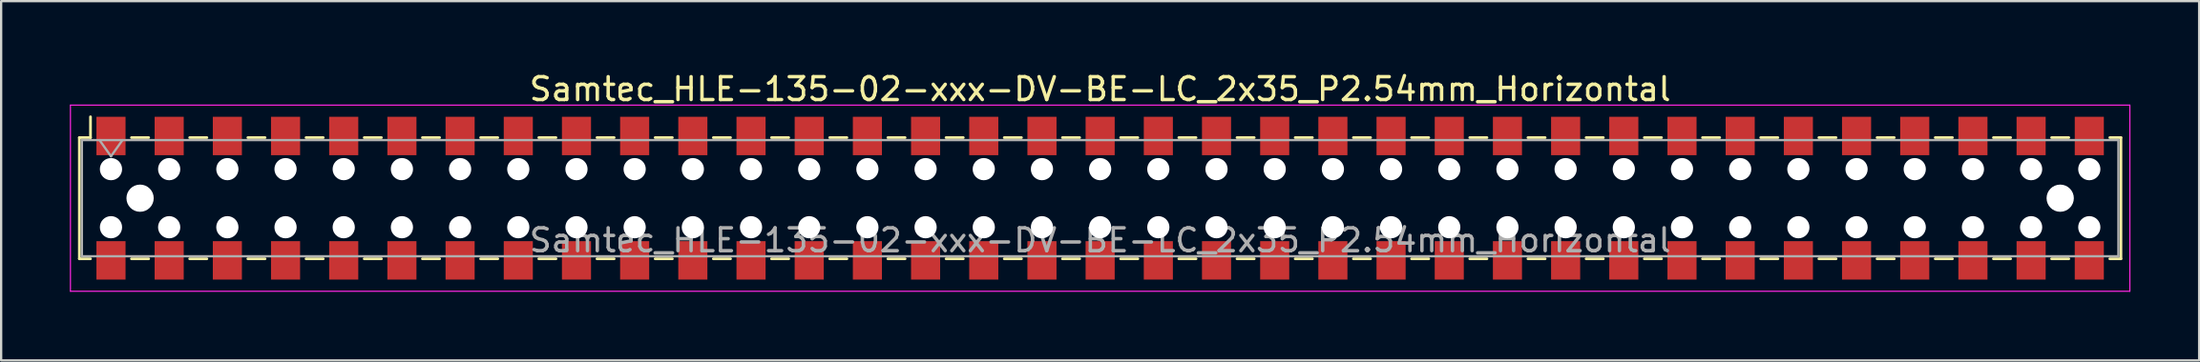
<source format=kicad_pcb>
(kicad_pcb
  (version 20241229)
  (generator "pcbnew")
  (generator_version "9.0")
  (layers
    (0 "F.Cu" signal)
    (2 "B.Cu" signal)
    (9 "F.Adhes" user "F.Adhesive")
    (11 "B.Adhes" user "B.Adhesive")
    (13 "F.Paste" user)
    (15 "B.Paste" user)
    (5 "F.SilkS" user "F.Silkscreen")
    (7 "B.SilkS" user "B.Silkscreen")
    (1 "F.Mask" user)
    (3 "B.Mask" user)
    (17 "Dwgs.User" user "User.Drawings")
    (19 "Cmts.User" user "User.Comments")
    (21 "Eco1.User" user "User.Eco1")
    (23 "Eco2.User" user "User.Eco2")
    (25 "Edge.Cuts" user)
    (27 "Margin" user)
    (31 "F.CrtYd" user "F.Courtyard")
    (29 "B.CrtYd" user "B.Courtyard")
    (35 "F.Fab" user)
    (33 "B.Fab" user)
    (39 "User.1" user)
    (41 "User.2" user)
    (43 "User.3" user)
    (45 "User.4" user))
  (footprint "Samtec_HLE-135-02-xxx-DV-BE-LC_2x35_P2.54mm_Horizontal"
    (layer "F.Cu")
    (at 44.975 5.618)
    (property "Reference" "Samtec_HLE-135-02-xxx-DV-BE-LC_2x35_P2.54mm_Horizontal" (at 0 -4.77 0) (layer "F.SilkS") (effects (font (size 1 1) (thickness 0.15))))
    (attr smd)
    (fp_line (start -44.56 -2.65) (end -44.56 2.65) (stroke (width 0.12) (type solid)) (layer "F.SilkS"))
    (fp_line (start -44.56 2.65) (end -44.075 2.65) (stroke (width 0.12) (type solid)) (layer "F.SilkS"))
    (fp_line (start -44.075 -3.56) (end -44.075 -2.65) (stroke (width 0.12) (type solid)) (layer "F.SilkS"))
    (fp_line (start -44.075 -2.65) (end -44.56 -2.65) (stroke (width 0.12) (type solid)) (layer "F.SilkS"))
    (fp_line (start -42.285 -2.65) (end -41.535 -2.65) (stroke (width 0.12) (type solid)) (layer "F.SilkS"))
    (fp_line (start -42.285 2.65) (end -41.535 2.65) (stroke (width 0.12) (type solid)) (layer "F.SilkS"))
    (fp_line (start -39.745 -2.65) (end -38.995 -2.65) (stroke (width 0.12) (type solid)) (layer "F.SilkS"))
    (fp_line (start -39.745 2.65) (end -38.995 2.65) (stroke (width 0.12) (type solid)) (layer "F.SilkS"))
    (fp_line (start -37.205 -2.65) (end -36.455 -2.65) (stroke (width 0.12) (type solid)) (layer "F.SilkS"))
    (fp_line (start -37.205 2.65) (end -36.455 2.65) (stroke (width 0.12) (type solid)) (layer "F.SilkS"))
    (fp_line (start -34.665 -2.65) (end -33.915 -2.65) (stroke (width 0.12) (type solid)) (layer "F.SilkS"))
    (fp_line (start -34.665 2.65) (end -33.915 2.65) (stroke (width 0.12) (type solid)) (layer "F.SilkS"))
    (fp_line (start -32.125 -2.65) (end -31.375 -2.65) (stroke (width 0.12) (type solid)) (layer "F.SilkS"))
    (fp_line (start -32.125 2.65) (end -31.375 2.65) (stroke (width 0.12) (type solid)) (layer "F.SilkS"))
    (fp_line (start -29.585 -2.65) (end -28.835 -2.65) (stroke (width 0.12) (type solid)) (layer "F.SilkS"))
    (fp_line (start -29.585 2.65) (end -28.835 2.65) (stroke (width 0.12) (type solid)) (layer "F.SilkS"))
    (fp_line (start -27.045 -2.65) (end -26.295 -2.65) (stroke (width 0.12) (type solid)) (layer "F.SilkS"))
    (fp_line (start -27.045 2.65) (end -26.295 2.65) (stroke (width 0.12) (type solid)) (layer "F.SilkS"))
    (fp_line (start -24.505 -2.65) (end -23.755 -2.65) (stroke (width 0.12) (type solid)) (layer "F.SilkS"))
    (fp_line (start -24.505 2.65) (end -23.755 2.65) (stroke (width 0.12) (type solid)) (layer "F.SilkS"))
    (fp_line (start -21.965 -2.65) (end -21.215 -2.65) (stroke (width 0.12) (type solid)) (layer "F.SilkS"))
    (fp_line (start -21.965 2.65) (end -21.215 2.65) (stroke (width 0.12) (type solid)) (layer "F.SilkS"))
    (fp_line (start -19.425 -2.65) (end -18.675 -2.65) (stroke (width 0.12) (type solid)) (layer "F.SilkS"))
    (fp_line (start -19.425 2.65) (end -18.675 2.65) (stroke (width 0.12) (type solid)) (layer "F.SilkS"))
    (fp_line (start -16.885 -2.65) (end -16.135 -2.65) (stroke (width 0.12) (type solid)) (layer "F.SilkS"))
    (fp_line (start -16.885 2.65) (end -16.135 2.65) (stroke (width 0.12) (type solid)) (layer "F.SilkS"))
    (fp_line (start -14.345 -2.65) (end -13.595 -2.65) (stroke (width 0.12) (type solid)) (layer "F.SilkS"))
    (fp_line (start -14.345 2.65) (end -13.595 2.65) (stroke (width 0.12) (type solid)) (layer "F.SilkS"))
    (fp_line (start -11.805 -2.65) (end -11.055 -2.65) (stroke (width 0.12) (type solid)) (layer "F.SilkS"))
    (fp_line (start -11.805 2.65) (end -11.055 2.65) (stroke (width 0.12) (type solid)) (layer "F.SilkS"))
    (fp_line (start -9.265 -2.65) (end -8.515 -2.65) (stroke (width 0.12) (type solid)) (layer "F.SilkS"))
    (fp_line (start -9.265 2.65) (end -8.515 2.65) (stroke (width 0.12) (type solid)) (layer "F.SilkS"))
    (fp_line (start -6.725 -2.65) (end -5.975 -2.65) (stroke (width 0.12) (type solid)) (layer "F.SilkS"))
    (fp_line (start -6.725 2.65) (end -5.975 2.65) (stroke (width 0.12) (type solid)) (layer "F.SilkS"))
    (fp_line (start -4.185 -2.65) (end -3.435 -2.65) (stroke (width 0.12) (type solid)) (layer "F.SilkS"))
    (fp_line (start -4.185 2.65) (end -3.435 2.65) (stroke (width 0.12) (type solid)) (layer "F.SilkS"))
    (fp_line (start -1.645 -2.65) (end -0.895 -2.65) (stroke (width 0.12) (type solid)) (layer "F.SilkS"))
    (fp_line (start -1.645 2.65) (end -0.895 2.65) (stroke (width 0.12) (type solid)) (layer "F.SilkS"))
    (fp_line (start 0.895 -2.65) (end 1.645 -2.65) (stroke (width 0.12) (type solid)) (layer "F.SilkS"))
    (fp_line (start 0.895 2.65) (end 1.645 2.65) (stroke (width 0.12) (type solid)) (layer "F.SilkS"))
    (fp_line (start 3.435 -2.65) (end 4.185 -2.65) (stroke (width 0.12) (type solid)) (layer "F.SilkS"))
    (fp_line (start 3.435 2.65) (end 4.185 2.65) (stroke (width 0.12) (type solid)) (layer "F.SilkS"))
    (fp_line (start 5.975 -2.65) (end 6.725 -2.65) (stroke (width 0.12) (type solid)) (layer "F.SilkS"))
    (fp_line (start 5.975 2.65) (end 6.725 2.65) (stroke (width 0.12) (type solid)) (layer "F.SilkS"))
    (fp_line (start 8.515 -2.65) (end 9.265 -2.65) (stroke (width 0.12) (type solid)) (layer "F.SilkS"))
    (fp_line (start 8.515 2.65) (end 9.265 2.65) (stroke (width 0.12) (type solid)) (layer "F.SilkS"))
    (fp_line (start 11.055 -2.65) (end 11.805 -2.65) (stroke (width 0.12) (type solid)) (layer "F.SilkS"))
    (fp_line (start 11.055 2.65) (end 11.805 2.65) (stroke (width 0.12) (type solid)) (layer "F.SilkS"))
    (fp_line (start 13.595 -2.65) (end 14.345 -2.65) (stroke (width 0.12) (type solid)) (layer "F.SilkS"))
    (fp_line (start 13.595 2.65) (end 14.345 2.65) (stroke (width 0.12) (type solid)) (layer "F.SilkS"))
    (fp_line (start 16.135 -2.65) (end 16.885 -2.65) (stroke (width 0.12) (type solid)) (layer "F.SilkS"))
    (fp_line (start 16.135 2.65) (end 16.885 2.65) (stroke (width 0.12) (type solid)) (layer "F.SilkS"))
    (fp_line (start 18.675 -2.65) (end 19.425 -2.65) (stroke (width 0.12) (type solid)) (layer "F.SilkS"))
    (fp_line (start 18.675 2.65) (end 19.425 2.65) (stroke (width 0.12) (type solid)) (layer "F.SilkS"))
    (fp_line (start 21.215 -2.65) (end 21.965 -2.65) (stroke (width 0.12) (type solid)) (layer "F.SilkS"))
    (fp_line (start 21.215 2.65) (end 21.965 2.65) (stroke (width 0.12) (type solid)) (layer "F.SilkS"))
    (fp_line (start 23.755 -2.65) (end 24.505 -2.65) (stroke (width 0.12) (type solid)) (layer "F.SilkS"))
    (fp_line (start 23.755 2.65) (end 24.505 2.65) (stroke (width 0.12) (type solid)) (layer "F.SilkS"))
    (fp_line (start 26.295 -2.65) (end 27.045 -2.65) (stroke (width 0.12) (type solid)) (layer "F.SilkS"))
    (fp_line (start 26.295 2.65) (end 27.045 2.65) (stroke (width 0.12) (type solid)) (layer "F.SilkS"))
    (fp_line (start 28.835 -2.65) (end 29.585 -2.65) (stroke (width 0.12) (type solid)) (layer "F.SilkS"))
    (fp_line (start 28.835 2.65) (end 29.585 2.65) (stroke (width 0.12) (type solid)) (layer "F.SilkS"))
    (fp_line (start 31.375 -2.65) (end 32.125 -2.65) (stroke (width 0.12) (type solid)) (layer "F.SilkS"))
    (fp_line (start 31.375 2.65) (end 32.125 2.65) (stroke (width 0.12) (type solid)) (layer "F.SilkS"))
    (fp_line (start 33.915 -2.65) (end 34.665 -2.65) (stroke (width 0.12) (type solid)) (layer "F.SilkS"))
    (fp_line (start 33.915 2.65) (end 34.665 2.65) (stroke (width 0.12) (type solid)) (layer "F.SilkS"))
    (fp_line (start 36.455 -2.65) (end 37.205 -2.65) (stroke (width 0.12) (type solid)) (layer "F.SilkS"))
    (fp_line (start 36.455 2.65) (end 37.205 2.65) (stroke (width 0.12) (type solid)) (layer "F.SilkS"))
    (fp_line (start 38.995 -2.65) (end 39.745 -2.65) (stroke (width 0.12) (type solid)) (layer "F.SilkS"))
    (fp_line (start 38.995 2.65) (end 39.745 2.65) (stroke (width 0.12) (type solid)) (layer "F.SilkS"))
    (fp_line (start 41.535 -2.65) (end 42.285 -2.65) (stroke (width 0.12) (type solid)) (layer "F.SilkS"))
    (fp_line (start 41.535 2.65) (end 42.285 2.65) (stroke (width 0.12) (type solid)) (layer "F.SilkS"))
    (fp_line (start 44.075 -2.65) (end 44.56 -2.65) (stroke (width 0.12) (type solid)) (layer "F.SilkS"))
    (fp_line (start 44.56 -2.65) (end 44.56 2.65) (stroke (width 0.12) (type solid)) (layer "F.SilkS"))
    (fp_line (start 44.56 2.65) (end 44.075 2.65) (stroke (width 0.12) (type solid)) (layer "F.SilkS"))
    (fp_line (start -44.95 -4.07) (end 44.95 -4.07) (stroke (width 0.05) (type solid)) (layer "F.CrtYd"))
    (fp_line (start -44.95 4.07) (end -44.95 -4.07) (stroke (width 0.05) (type solid)) (layer "F.CrtYd"))
    (fp_line (start 44.95 -4.07) (end 44.95 4.07) (stroke (width 0.05) (type solid)) (layer "F.CrtYd"))
    (fp_line (start 44.95 4.07) (end -44.95 4.07) (stroke (width 0.05) (type solid)) (layer "F.CrtYd"))
    (fp_line (start -44.45 -2.54) (end 44.45 -2.54) (stroke (width 0.1) (type solid)) (layer "F.Fab"))
    (fp_line (start -44.45 2.54) (end -44.45 -2.54) (stroke (width 0.1) (type solid)) (layer "F.Fab"))
    (fp_line (start -43.68 -2.54) (end -43.18 -1.833) (stroke (width 0.1) (type solid)) (layer "F.Fab"))
    (fp_line (start -43.18 -1.833) (end -42.68 -2.54) (stroke (width 0.1) (type solid)) (layer "F.Fab"))
    (fp_line (start 44.45 -2.54) (end 44.45 2.54) (stroke (width 0.1) (type solid)) (layer "F.Fab"))
    (fp_line (start 44.45 2.54) (end -44.45 2.54) (stroke (width 0.1) (type solid)) (layer "F.Fab"))
    (fp_text user "${REFERENCE}" (at 0 1.84 0) (layer "F.Fab") (effects (font (size 1 1) (thickness 0.15))))
    (pad "" np_thru_hole circle (at -43.18 -1.27) (size 0.97 0.97) (drill 0.97) (layers "*.Cu" "*.Mask"))
    (pad "" np_thru_hole circle (at -43.18 1.27) (size 0.97 0.97) (drill 0.97) (layers "*.Cu" "*.Mask"))
    (pad "" np_thru_hole circle (at -41.91 0) (size 1.19 1.19) (drill 1.19) (layers "*.Cu" "*.Mask"))
    (pad "" np_thru_hole circle (at -40.64 -1.27) (size 0.97 0.97) (drill 0.97) (layers "*.Cu" "*.Mask"))
    (pad "" np_thru_hole circle (at -40.64 1.27) (size 0.97 0.97) (drill 0.97) (layers "*.Cu" "*.Mask"))
    (pad "" np_thru_hole circle (at -38.1 -1.27) (size 0.97 0.97) (drill 0.97) (layers "*.Cu" "*.Mask"))
    (pad "" np_thru_hole circle (at -38.1 1.27) (size 0.97 0.97) (drill 0.97) (layers "*.Cu" "*.Mask"))
    (pad "" np_thru_hole circle (at -35.56 -1.27) (size 0.97 0.97) (drill 0.97) (layers "*.Cu" "*.Mask"))
    (pad "" np_thru_hole circle (at -35.56 1.27) (size 0.97 0.97) (drill 0.97) (layers "*.Cu" "*.Mask"))
    (pad "" np_thru_hole circle (at -33.02 -1.27) (size 0.97 0.97) (drill 0.97) (layers "*.Cu" "*.Mask"))
    (pad "" np_thru_hole circle (at -33.02 1.27) (size 0.97 0.97) (drill 0.97) (layers "*.Cu" "*.Mask"))
    (pad "" np_thru_hole circle (at -30.48 -1.27) (size 0.97 0.97) (drill 0.97) (layers "*.Cu" "*.Mask"))
    (pad "" np_thru_hole circle (at -30.48 1.27) (size 0.97 0.97) (drill 0.97) (layers "*.Cu" "*.Mask"))
    (pad "" np_thru_hole circle (at -27.94 -1.27) (size 0.97 0.97) (drill 0.97) (layers "*.Cu" "*.Mask"))
    (pad "" np_thru_hole circle (at -27.94 1.27) (size 0.97 0.97) (drill 0.97) (layers "*.Cu" "*.Mask"))
    (pad "" np_thru_hole circle (at -25.4 -1.27) (size 0.97 0.97) (drill 0.97) (layers "*.Cu" "*.Mask"))
    (pad "" np_thru_hole circle (at -25.4 1.27) (size 0.97 0.97) (drill 0.97) (layers "*.Cu" "*.Mask"))
    (pad "" np_thru_hole circle (at -22.86 -1.27) (size 0.97 0.97) (drill 0.97) (layers "*.Cu" "*.Mask"))
    (pad "" np_thru_hole circle (at -22.86 1.27) (size 0.97 0.97) (drill 0.97) (layers "*.Cu" "*.Mask"))
    (pad "" np_thru_hole circle (at -20.32 -1.27) (size 0.97 0.97) (drill 0.97) (layers "*.Cu" "*.Mask"))
    (pad "" np_thru_hole circle (at -20.32 1.27) (size 0.97 0.97) (drill 0.97) (layers "*.Cu" "*.Mask"))
    (pad "" np_thru_hole circle (at -17.78 -1.27) (size 0.97 0.97) (drill 0.97) (layers "*.Cu" "*.Mask"))
    (pad "" np_thru_hole circle (at -17.78 1.27) (size 0.97 0.97) (drill 0.97) (layers "*.Cu" "*.Mask"))
    (pad "" np_thru_hole circle (at -15.24 -1.27) (size 0.97 0.97) (drill 0.97) (layers "*.Cu" "*.Mask"))
    (pad "" np_thru_hole circle (at -15.24 1.27) (size 0.97 0.97) (drill 0.97) (layers "*.Cu" "*.Mask"))
    (pad "" np_thru_hole circle (at -12.7 -1.27) (size 0.97 0.97) (drill 0.97) (layers "*.Cu" "*.Mask"))
    (pad "" np_thru_hole circle (at -12.7 1.27) (size 0.97 0.97) (drill 0.97) (layers "*.Cu" "*.Mask"))
    (pad "" np_thru_hole circle (at -10.16 -1.27) (size 0.97 0.97) (drill 0.97) (layers "*.Cu" "*.Mask"))
    (pad "" np_thru_hole circle (at -10.16 1.27) (size 0.97 0.97) (drill 0.97) (layers "*.Cu" "*.Mask"))
    (pad "" np_thru_hole circle (at -7.62 -1.27) (size 0.97 0.97) (drill 0.97) (layers "*.Cu" "*.Mask"))
    (pad "" np_thru_hole circle (at -7.62 1.27) (size 0.97 0.97) (drill 0.97) (layers "*.Cu" "*.Mask"))
    (pad "" np_thru_hole circle (at -5.08 -1.27) (size 0.97 0.97) (drill 0.97) (layers "*.Cu" "*.Mask"))
    (pad "" np_thru_hole circle (at -5.08 1.27) (size 0.97 0.97) (drill 0.97) (layers "*.Cu" "*.Mask"))
    (pad "" np_thru_hole circle (at -2.54 -1.27) (size 0.97 0.97) (drill 0.97) (layers "*.Cu" "*.Mask"))
    (pad "" np_thru_hole circle (at -2.54 1.27) (size 0.97 0.97) (drill 0.97) (layers "*.Cu" "*.Mask"))
    (pad "" np_thru_hole circle (at 0 -1.27) (size 0.97 0.97) (drill 0.97) (layers "*.Cu" "*.Mask"))
    (pad "" np_thru_hole circle (at 0 1.27) (size 0.97 0.97) (drill 0.97) (layers "*.Cu" "*.Mask"))
    (pad "" np_thru_hole circle (at 2.54 -1.27) (size 0.97 0.97) (drill 0.97) (layers "*.Cu" "*.Mask"))
    (pad "" np_thru_hole circle (at 2.54 1.27) (size 0.97 0.97) (drill 0.97) (layers "*.Cu" "*.Mask"))
    (pad "" np_thru_hole circle (at 5.08 -1.27) (size 0.97 0.97) (drill 0.97) (layers "*.Cu" "*.Mask"))
    (pad "" np_thru_hole circle (at 5.08 1.27) (size 0.97 0.97) (drill 0.97) (layers "*.Cu" "*.Mask"))
    (pad "" np_thru_hole circle (at 7.62 -1.27) (size 0.97 0.97) (drill 0.97) (layers "*.Cu" "*.Mask"))
    (pad "" np_thru_hole circle (at 7.62 1.27) (size 0.97 0.97) (drill 0.97) (layers "*.Cu" "*.Mask"))
    (pad "" np_thru_hole circle (at 10.16 -1.27) (size 0.97 0.97) (drill 0.97) (layers "*.Cu" "*.Mask"))
    (pad "" np_thru_hole circle (at 10.16 1.27) (size 0.97 0.97) (drill 0.97) (layers "*.Cu" "*.Mask"))
    (pad "" np_thru_hole circle (at 12.7 -1.27) (size 0.97 0.97) (drill 0.97) (layers "*.Cu" "*.Mask"))
    (pad "" np_thru_hole circle (at 12.7 1.27) (size 0.97 0.97) (drill 0.97) (layers "*.Cu" "*.Mask"))
    (pad "" np_thru_hole circle (at 15.24 -1.27) (size 0.97 0.97) (drill 0.97) (layers "*.Cu" "*.Mask"))
    (pad "" np_thru_hole circle (at 15.24 1.27) (size 0.97 0.97) (drill 0.97) (layers "*.Cu" "*.Mask"))
    (pad "" np_thru_hole circle (at 17.78 -1.27) (size 0.97 0.97) (drill 0.97) (layers "*.Cu" "*.Mask"))
    (pad "" np_thru_hole circle (at 17.78 1.27) (size 0.97 0.97) (drill 0.97) (layers "*.Cu" "*.Mask"))
    (pad "" np_thru_hole circle (at 20.32 -1.27) (size 0.97 0.97) (drill 0.97) (layers "*.Cu" "*.Mask"))
    (pad "" np_thru_hole circle (at 20.32 1.27) (size 0.97 0.97) (drill 0.97) (layers "*.Cu" "*.Mask"))
    (pad "" np_thru_hole circle (at 22.86 -1.27) (size 0.97 0.97) (drill 0.97) (layers "*.Cu" "*.Mask"))
    (pad "" np_thru_hole circle (at 22.86 1.27) (size 0.97 0.97) (drill 0.97) (layers "*.Cu" "*.Mask"))
    (pad "" np_thru_hole circle (at 25.4 -1.27) (size 0.97 0.97) (drill 0.97) (layers "*.Cu" "*.Mask"))
    (pad "" np_thru_hole circle (at 25.4 1.27) (size 0.97 0.97) (drill 0.97) (layers "*.Cu" "*.Mask"))
    (pad "" np_thru_hole circle (at 27.94 -1.27) (size 0.97 0.97) (drill 0.97) (layers "*.Cu" "*.Mask"))
    (pad "" np_thru_hole circle (at 27.94 1.27) (size 0.97 0.97) (drill 0.97) (layers "*.Cu" "*.Mask"))
    (pad "" np_thru_hole circle (at 30.48 -1.27) (size 0.97 0.97) (drill 0.97) (layers "*.Cu" "*.Mask"))
    (pad "" np_thru_hole circle (at 30.48 1.27) (size 0.97 0.97) (drill 0.97) (layers "*.Cu" "*.Mask"))
    (pad "" np_thru_hole circle (at 33.02 -1.27) (size 0.97 0.97) (drill 0.97) (layers "*.Cu" "*.Mask"))
    (pad "" np_thru_hole circle (at 33.02 1.27) (size 0.97 0.97) (drill 0.97) (layers "*.Cu" "*.Mask"))
    (pad "" np_thru_hole circle (at 35.56 -1.27) (size 0.97 0.97) (drill 0.97) (layers "*.Cu" "*.Mask"))
    (pad "" np_thru_hole circle (at 35.56 1.27) (size 0.97 0.97) (drill 0.97) (layers "*.Cu" "*.Mask"))
    (pad "" np_thru_hole circle (at 38.1 -1.27) (size 0.97 0.97) (drill 0.97) (layers "*.Cu" "*.Mask"))
    (pad "" np_thru_hole circle (at 38.1 1.27) (size 0.97 0.97) (drill 0.97) (layers "*.Cu" "*.Mask"))
    (pad "" np_thru_hole circle (at 40.64 -1.27) (size 0.97 0.97) (drill 0.97) (layers "*.Cu" "*.Mask"))
    (pad "" np_thru_hole circle (at 40.64 1.27) (size 0.97 0.97) (drill 0.97) (layers "*.Cu" "*.Mask"))
    (pad "" np_thru_hole circle (at 41.91 0) (size 1.19 1.19) (drill 1.19) (layers "*.Cu" "*.Mask"))
    (pad "" np_thru_hole circle (at 43.18 -1.27) (size 0.97 0.97) (drill 0.97) (layers "*.Cu" "*.Mask"))
    (pad "" np_thru_hole circle (at 43.18 1.27) (size 0.97 0.97) (drill 0.97) (layers "*.Cu" "*.Mask"))
    (pad "1" smd rect (at -43.18 -2.72) (size 1.27 1.68) (layers "F.Cu" "F.Mask" "F.Paste"))
    (pad "2" smd rect (at -43.18 2.72) (size 1.27 1.68) (layers "F.Cu" "F.Mask" "F.Paste"))
    (pad "3" smd rect (at -40.64 -2.72) (size 1.27 1.68) (layers "F.Cu" "F.Mask" "F.Paste"))
    (pad "4" smd rect (at -40.64 2.72) (size 1.27 1.68) (layers "F.Cu" "F.Mask" "F.Paste"))
    (pad "5" smd rect (at -38.1 -2.72) (size 1.27 1.68) (layers "F.Cu" "F.Mask" "F.Paste"))
    (pad "6" smd rect (at -38.1 2.72) (size 1.27 1.68) (layers "F.Cu" "F.Mask" "F.Paste"))
    (pad "7" smd rect (at -35.56 -2.72) (size 1.27 1.68) (layers "F.Cu" "F.Mask" "F.Paste"))
    (pad "8" smd rect (at -35.56 2.72) (size 1.27 1.68) (layers "F.Cu" "F.Mask" "F.Paste"))
    (pad "9" smd rect (at -33.02 -2.72) (size 1.27 1.68) (layers "F.Cu" "F.Mask" "F.Paste"))
    (pad "10" smd rect (at -33.02 2.72) (size 1.27 1.68) (layers "F.Cu" "F.Mask" "F.Paste"))
    (pad "11" smd rect (at -30.48 -2.72) (size 1.27 1.68) (layers "F.Cu" "F.Mask" "F.Paste"))
    (pad "12" smd rect (at -30.48 2.72) (size 1.27 1.68) (layers "F.Cu" "F.Mask" "F.Paste"))
    (pad "13" smd rect (at -27.94 -2.72) (size 1.27 1.68) (layers "F.Cu" "F.Mask" "F.Paste"))
    (pad "14" smd rect (at -27.94 2.72) (size 1.27 1.68) (layers "F.Cu" "F.Mask" "F.Paste"))
    (pad "15" smd rect (at -25.4 -2.72) (size 1.27 1.68) (layers "F.Cu" "F.Mask" "F.Paste"))
    (pad "16" smd rect (at -25.4 2.72) (size 1.27 1.68) (layers "F.Cu" "F.Mask" "F.Paste"))
    (pad "17" smd rect (at -22.86 -2.72) (size 1.27 1.68) (layers "F.Cu" "F.Mask" "F.Paste"))
    (pad "18" smd rect (at -22.86 2.72) (size 1.27 1.68) (layers "F.Cu" "F.Mask" "F.Paste"))
    (pad "19" smd rect (at -20.32 -2.72) (size 1.27 1.68) (layers "F.Cu" "F.Mask" "F.Paste"))
    (pad "20" smd rect (at -20.32 2.72) (size 1.27 1.68) (layers "F.Cu" "F.Mask" "F.Paste"))
    (pad "21" smd rect (at -17.78 -2.72) (size 1.27 1.68) (layers "F.Cu" "F.Mask" "F.Paste"))
    (pad "22" smd rect (at -17.78 2.72) (size 1.27 1.68) (layers "F.Cu" "F.Mask" "F.Paste"))
    (pad "23" smd rect (at -15.24 -2.72) (size 1.27 1.68) (layers "F.Cu" "F.Mask" "F.Paste"))
    (pad "24" smd rect (at -15.24 2.72) (size 1.27 1.68) (layers "F.Cu" "F.Mask" "F.Paste"))
    (pad "25" smd rect (at -12.7 -2.72) (size 1.27 1.68) (layers "F.Cu" "F.Mask" "F.Paste"))
    (pad "26" smd rect (at -12.7 2.72) (size 1.27 1.68) (layers "F.Cu" "F.Mask" "F.Paste"))
    (pad "27" smd rect (at -10.16 -2.72) (size 1.27 1.68) (layers "F.Cu" "F.Mask" "F.Paste"))
    (pad "28" smd rect (at -10.16 2.72) (size 1.27 1.68) (layers "F.Cu" "F.Mask" "F.Paste"))
    (pad "29" smd rect (at -7.62 -2.72) (size 1.27 1.68) (layers "F.Cu" "F.Mask" "F.Paste"))
    (pad "30" smd rect (at -7.62 2.72) (size 1.27 1.68) (layers "F.Cu" "F.Mask" "F.Paste"))
    (pad "31" smd rect (at -5.08 -2.72) (size 1.27 1.68) (layers "F.Cu" "F.Mask" "F.Paste"))
    (pad "32" smd rect (at -5.08 2.72) (size 1.27 1.68) (layers "F.Cu" "F.Mask" "F.Paste"))
    (pad "33" smd rect (at -2.54 -2.72) (size 1.27 1.68) (layers "F.Cu" "F.Mask" "F.Paste"))
    (pad "34" smd rect (at -2.54 2.72) (size 1.27 1.68) (layers "F.Cu" "F.Mask" "F.Paste"))
    (pad "35" smd rect (at 0 -2.72) (size 1.27 1.68) (layers "F.Cu" "F.Mask" "F.Paste"))
    (pad "36" smd rect (at 0 2.72) (size 1.27 1.68) (layers "F.Cu" "F.Mask" "F.Paste"))
    (pad "37" smd rect (at 2.54 -2.72) (size 1.27 1.68) (layers "F.Cu" "F.Mask" "F.Paste"))
    (pad "38" smd rect (at 2.54 2.72) (size 1.27 1.68) (layers "F.Cu" "F.Mask" "F.Paste"))
    (pad "39" smd rect (at 5.08 -2.72) (size 1.27 1.68) (layers "F.Cu" "F.Mask" "F.Paste"))
    (pad "40" smd rect (at 5.08 2.72) (size 1.27 1.68) (layers "F.Cu" "F.Mask" "F.Paste"))
    (pad "41" smd rect (at 7.62 -2.72) (size 1.27 1.68) (layers "F.Cu" "F.Mask" "F.Paste"))
    (pad "42" smd rect (at 7.62 2.72) (size 1.27 1.68) (layers "F.Cu" "F.Mask" "F.Paste"))
    (pad "43" smd rect (at 10.16 -2.72) (size 1.27 1.68) (layers "F.Cu" "F.Mask" "F.Paste"))
    (pad "44" smd rect (at 10.16 2.72) (size 1.27 1.68) (layers "F.Cu" "F.Mask" "F.Paste"))
    (pad "45" smd rect (at 12.7 -2.72) (size 1.27 1.68) (layers "F.Cu" "F.Mask" "F.Paste"))
    (pad "46" smd rect (at 12.7 2.72) (size 1.27 1.68) (layers "F.Cu" "F.Mask" "F.Paste"))
    (pad "47" smd rect (at 15.24 -2.72) (size 1.27 1.68) (layers "F.Cu" "F.Mask" "F.Paste"))
    (pad "48" smd rect (at 15.24 2.72) (size 1.27 1.68) (layers "F.Cu" "F.Mask" "F.Paste"))
    (pad "49" smd rect (at 17.78 -2.72) (size 1.27 1.68) (layers "F.Cu" "F.Mask" "F.Paste"))
    (pad "50" smd rect (at 17.78 2.72) (size 1.27 1.68) (layers "F.Cu" "F.Mask" "F.Paste"))
    (pad "51" smd rect (at 20.32 -2.72) (size 1.27 1.68) (layers "F.Cu" "F.Mask" "F.Paste"))
    (pad "52" smd rect (at 20.32 2.72) (size 1.27 1.68) (layers "F.Cu" "F.Mask" "F.Paste"))
    (pad "53" smd rect (at 22.86 -2.72) (size 1.27 1.68) (layers "F.Cu" "F.Mask" "F.Paste"))
    (pad "54" smd rect (at 22.86 2.72) (size 1.27 1.68) (layers "F.Cu" "F.Mask" "F.Paste"))
    (pad "55" smd rect (at 25.4 -2.72) (size 1.27 1.68) (layers "F.Cu" "F.Mask" "F.Paste"))
    (pad "56" smd rect (at 25.4 2.72) (size 1.27 1.68) (layers "F.Cu" "F.Mask" "F.Paste"))
    (pad "57" smd rect (at 27.94 -2.72) (size 1.27 1.68) (layers "F.Cu" "F.Mask" "F.Paste"))
    (pad "58" smd rect (at 27.94 2.72) (size 1.27 1.68) (layers "F.Cu" "F.Mask" "F.Paste"))
    (pad "59" smd rect (at 30.48 -2.72) (size 1.27 1.68) (layers "F.Cu" "F.Mask" "F.Paste"))
    (pad "60" smd rect (at 30.48 2.72) (size 1.27 1.68) (layers "F.Cu" "F.Mask" "F.Paste"))
    (pad "61" smd rect (at 33.02 -2.72) (size 1.27 1.68) (layers "F.Cu" "F.Mask" "F.Paste"))
    (pad "62" smd rect (at 33.02 2.72) (size 1.27 1.68) (layers "F.Cu" "F.Mask" "F.Paste"))
    (pad "63" smd rect (at 35.56 -2.72) (size 1.27 1.68) (layers "F.Cu" "F.Mask" "F.Paste"))
    (pad "64" smd rect (at 35.56 2.72) (size 1.27 1.68) (layers "F.Cu" "F.Mask" "F.Paste"))
    (pad "65" smd rect (at 38.1 -2.72) (size 1.27 1.68) (layers "F.Cu" "F.Mask" "F.Paste"))
    (pad "66" smd rect (at 38.1 2.72) (size 1.27 1.68) (layers "F.Cu" "F.Mask" "F.Paste"))
    (pad "67" smd rect (at 40.64 -2.72) (size 1.27 1.68) (layers "F.Cu" "F.Mask" "F.Paste"))
    (pad "68" smd rect (at 40.64 2.72) (size 1.27 1.68) (layers "F.Cu" "F.Mask" "F.Paste"))
    (pad "69" smd rect (at 43.18 -2.72) (size 1.27 1.68) (layers "F.Cu" "F.Mask" "F.Paste"))
    (pad "70" smd rect (at 43.18 2.72) (size 1.27 1.68) (layers "F.Cu" "F.Mask" "F.Paste")))
  (gr_rect
    (start -3 -3)
    (end 92.95 12.713)
    (stroke (width 0.1) (type default))
    (fill no)
    (layer "Edge.Cuts")))
</source>
